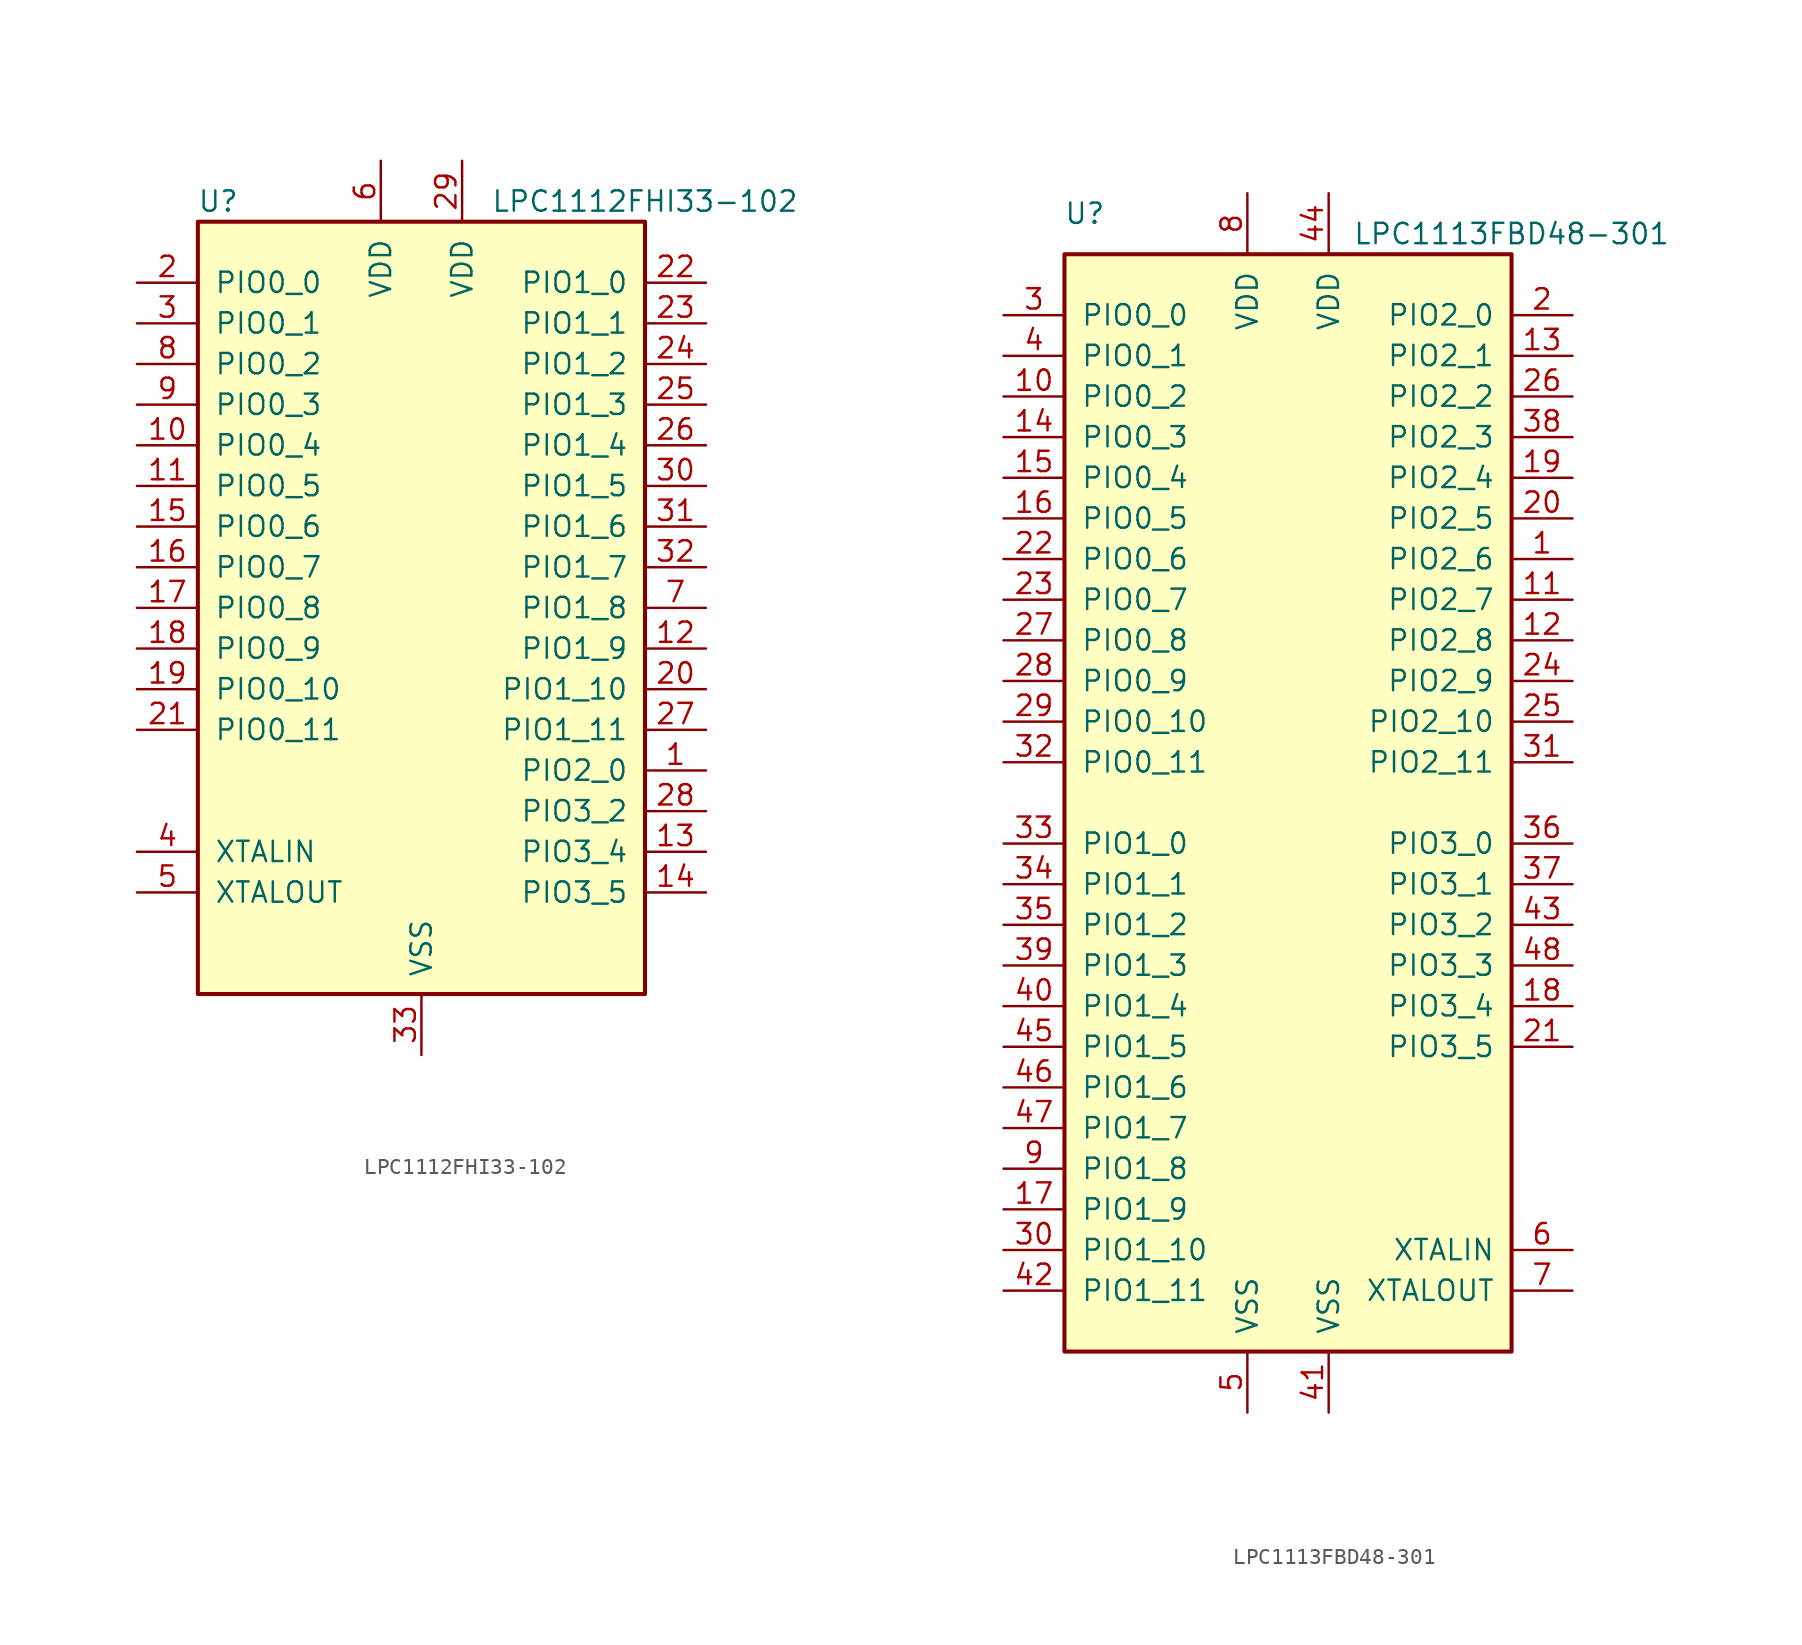
<source format=kicad_sym>
(kicad_symbol_lib
  (version 20241209)
  (generator "kicad_symbol_editor")
  (generator_version "9.0")
  (symbol "LPC1112FHI33-102"
    (pin_names
      (offset 1.016))
    (property "Reference" "U"
      (at -12.7 25.4 0)
      (effects (font (size 1.27 1.27))))
    (property "Value" "LPC1112FHI33-102"
      (at 13.97 25.4 0)
      (effects (font (size 1.27 1.27))))
    (symbol "LPC1112FHI33-102_0_1"
      (rectangle (start -13.97 24.13) (end 13.97 -24.13) (stroke (width 0.254) (type default)) (fill (type background))))
    (symbol "LPC1112FHI33-102_1_1"
      (pin bidirectional line (at -17.78 20.32 0) (length 3.81) (name "PIO0_0" (effects (font (size 1.27 1.27)))) (number "2" (effects (font (size 1.27 1.27)))))
      (pin bidirectional line (at -17.78 17.78 0) (length 3.81) (name "PIO0_1" (effects (font (size 1.27 1.27)))) (number "3" (effects (font (size 1.27 1.27)))))
      (pin bidirectional line (at -17.78 15.24 0) (length 3.81) (name "PIO0_2" (effects (font (size 1.27 1.27)))) (number "8" (effects (font (size 1.27 1.27)))))
      (pin bidirectional line (at -17.78 12.7 0) (length 3.81) (name "PIO0_3" (effects (font (size 1.27 1.27)))) (number "9" (effects (font (size 1.27 1.27)))))
      (pin bidirectional line (at -17.78 10.16 0) (length 3.81) (name "PIO0_4" (effects (font (size 1.27 1.27)))) (number "10" (effects (font (size 1.27 1.27)))))
      (pin bidirectional line (at -17.78 7.62 0) (length 3.81) (name "PIO0_5" (effects (font (size 1.27 1.27)))) (number "11" (effects (font (size 1.27 1.27)))))
      (pin bidirectional line (at -17.78 5.08 0) (length 3.81) (name "PIO0_6" (effects (font (size 1.27 1.27)))) (number "15" (effects (font (size 1.27 1.27)))))
      (pin bidirectional line (at -17.78 2.54 0) (length 3.81) (name "PIO0_7" (effects (font (size 1.27 1.27)))) (number "16" (effects (font (size 1.27 1.27)))))
      (pin bidirectional line (at -17.78 0 0) (length 3.81) (name "PIO0_8" (effects (font (size 1.27 1.27)))) (number "17" (effects (font (size 1.27 1.27)))))
      (pin bidirectional line (at -17.78 -2.54 0) (length 3.81) (name "PIO0_9" (effects (font (size 1.27 1.27)))) (number "18" (effects (font (size 1.27 1.27)))))
      (pin bidirectional line (at -17.78 -5.08 0) (length 3.81) (name "PIO0_10" (effects (font (size 1.27 1.27)))) (number "19" (effects (font (size 1.27 1.27)))))
      (pin bidirectional line (at -17.78 -7.62 0) (length 3.81) (name "PIO0_11" (effects (font (size 1.27 1.27)))) (number "21" (effects (font (size 1.27 1.27)))))
      (pin input line (at -17.78 -15.24 0) (length 3.81) (name "XTALIN" (effects (font (size 1.27 1.27)))) (number "4" (effects (font (size 1.27 1.27)))))
      (pin output line (at -17.78 -17.78 0) (length 3.81) (name "XTALOUT" (effects (font (size 1.27 1.27)))) (number "5" (effects (font (size 1.27 1.27)))))
      (pin power_in line (at -2.54 27.94 270) (length 3.81) (name "VDD" (effects (font (size 1.27 1.27)))) (number "6" (effects (font (size 1.27 1.27)))))
      (pin power_in line (at 0 -27.94 90) (length 3.81) (name "VSS" (effects (font (size 1.27 1.27)))) (number "33" (effects (font (size 1.27 1.27)))))
      (pin power_in line (at 2.54 27.94 270) (length 3.81) (name "VDD" (effects (font (size 1.27 1.27)))) (number "29" (effects (font (size 1.27 1.27)))))
      (pin bidirectional line (at 17.78 20.32 180) (length 3.81) (name "PIO1_0" (effects (font (size 1.27 1.27)))) (number "22" (effects (font (size 1.27 1.27)))))
      (pin bidirectional line (at 17.78 17.78 180) (length 3.81) (name "PIO1_1" (effects (font (size 1.27 1.27)))) (number "23" (effects (font (size 1.27 1.27)))))
      (pin bidirectional line (at 17.78 15.24 180) (length 3.81) (name "PIO1_2" (effects (font (size 1.27 1.27)))) (number "24" (effects (font (size 1.27 1.27)))))
      (pin bidirectional line (at 17.78 12.7 180) (length 3.81) (name "PIO1_3" (effects (font (size 1.27 1.27)))) (number "25" (effects (font (size 1.27 1.27)))))
      (pin bidirectional line (at 17.78 10.16 180) (length 3.81) (name "PIO1_4" (effects (font (size 1.27 1.27)))) (number "26" (effects (font (size 1.27 1.27)))))
      (pin bidirectional line (at 17.78 7.62 180) (length 3.81) (name "PIO1_5" (effects (font (size 1.27 1.27)))) (number "30" (effects (font (size 1.27 1.27)))))
      (pin bidirectional line (at 17.78 5.08 180) (length 3.81) (name "PIO1_6" (effects (font (size 1.27 1.27)))) (number "31" (effects (font (size 1.27 1.27)))))
      (pin bidirectional line (at 17.78 2.54 180) (length 3.81) (name "PIO1_7" (effects (font (size 1.27 1.27)))) (number "32" (effects (font (size 1.27 1.27)))))
      (pin bidirectional line (at 17.78 0 180) (length 3.81) (name "PIO1_8" (effects (font (size 1.27 1.27)))) (number "7" (effects (font (size 1.27 1.27)))))
      (pin bidirectional line (at 17.78 -2.54 180) (length 3.81) (name "PIO1_9" (effects (font (size 1.27 1.27)))) (number "12" (effects (font (size 1.27 1.27)))))
      (pin bidirectional line (at 17.78 -5.08 180) (length 3.81) (name "PIO1_10" (effects (font (size 1.27 1.27)))) (number "20" (effects (font (size 1.27 1.27)))))
      (pin bidirectional line (at 17.78 -7.62 180) (length 3.81) (name "PIO1_11" (effects (font (size 1.27 1.27)))) (number "27" (effects (font (size 1.27 1.27)))))
      (pin bidirectional line (at 17.78 -10.16 180) (length 3.81) (name "PIO2_0" (effects (font (size 1.27 1.27)))) (number "1" (effects (font (size 1.27 1.27)))))
      (pin bidirectional line (at 17.78 -12.7 180) (length 3.81) (name "PIO3_2" (effects (font (size 1.27 1.27)))) (number "28" (effects (font (size 1.27 1.27)))))
      (pin bidirectional line (at 17.78 -15.24 180) (length 3.81) (name "PIO3_4" (effects (font (size 1.27 1.27)))) (number "13" (effects (font (size 1.27 1.27)))))
      (pin bidirectional line (at 17.78 -17.78 180) (length 3.81) (name "PIO3_5" (effects (font (size 1.27 1.27)))) (number "14" (effects (font (size 1.27 1.27)))))))
  (symbol "LPC1113FBD48-301"
    (pin_names
      (offset 1.016))
    (property "Reference" "U"
      (at -12.7 36.83 0)
      (effects (font (size 1.27 1.27))))
    (property "Value" "LPC1113FBD48-301"
      (at 13.97 35.56 0)
      (effects (font (size 1.27 1.27))))
    (symbol "LPC1113FBD48-301_0_1"
      (rectangle (start -13.97 34.29) (end 13.97 -34.29) (stroke (width 0.254) (type default)) (fill (type background))))
    (symbol "LPC1113FBD48-301_1_1"
      (pin bidirectional line (at -17.78 30.48 0) (length 3.81) (name "PIO0_0" (effects (font (size 1.27 1.27)))) (number "3" (effects (font (size 1.27 1.27)))))
      (pin bidirectional line (at -17.78 27.94 0) (length 3.81) (name "PIO0_1" (effects (font (size 1.27 1.27)))) (number "4" (effects (font (size 1.27 1.27)))))
      (pin bidirectional line (at -17.78 25.4 0) (length 3.81) (name "PIO0_2" (effects (font (size 1.27 1.27)))) (number "10" (effects (font (size 1.27 1.27)))))
      (pin bidirectional line (at -17.78 22.86 0) (length 3.81) (name "PIO0_3" (effects (font (size 1.27 1.27)))) (number "14" (effects (font (size 1.27 1.27)))))
      (pin bidirectional line (at -17.78 20.32 0) (length 3.81) (name "PIO0_4" (effects (font (size 1.27 1.27)))) (number "15" (effects (font (size 1.27 1.27)))))
      (pin bidirectional line (at -17.78 17.78 0) (length 3.81) (name "PIO0_5" (effects (font (size 1.27 1.27)))) (number "16" (effects (font (size 1.27 1.27)))))
      (pin bidirectional line (at -17.78 15.24 0) (length 3.81) (name "PIO0_6" (effects (font (size 1.27 1.27)))) (number "22" (effects (font (size 1.27 1.27)))))
      (pin bidirectional line (at -17.78 12.7 0) (length 3.81) (name "PIO0_7" (effects (font (size 1.27 1.27)))) (number "23" (effects (font (size 1.27 1.27)))))
      (pin bidirectional line (at -17.78 10.16 0) (length 3.81) (name "PIO0_8" (effects (font (size 1.27 1.27)))) (number "27" (effects (font (size 1.27 1.27)))))
      (pin bidirectional line (at -17.78 7.62 0) (length 3.81) (name "PIO0_9" (effects (font (size 1.27 1.27)))) (number "28" (effects (font (size 1.27 1.27)))))
      (pin bidirectional line (at -17.78 5.08 0) (length 3.81) (name "PIO0_10" (effects (font (size 1.27 1.27)))) (number "29" (effects (font (size 1.27 1.27)))))
      (pin bidirectional line (at -17.78 2.54 0) (length 3.81) (name "PIO0_11" (effects (font (size 1.27 1.27)))) (number "32" (effects (font (size 1.27 1.27)))))
      (pin bidirectional line (at -17.78 -2.54 0) (length 3.81) (name "PIO1_0" (effects (font (size 1.27 1.27)))) (number "33" (effects (font (size 1.27 1.27)))))
      (pin bidirectional line (at -17.78 -5.08 0) (length 3.81) (name "PIO1_1" (effects (font (size 1.27 1.27)))) (number "34" (effects (font (size 1.27 1.27)))))
      (pin bidirectional line (at -17.78 -7.62 0) (length 3.81) (name "PIO1_2" (effects (font (size 1.27 1.27)))) (number "35" (effects (font (size 1.27 1.27)))))
      (pin bidirectional line (at -17.78 -10.16 0) (length 3.81) (name "PIO1_3" (effects (font (size 1.27 1.27)))) (number "39" (effects (font (size 1.27 1.27)))))
      (pin bidirectional line (at -17.78 -12.7 0) (length 3.81) (name "PIO1_4" (effects (font (size 1.27 1.27)))) (number "40" (effects (font (size 1.27 1.27)))))
      (pin bidirectional line (at -17.78 -15.24 0) (length 3.81) (name "PIO1_5" (effects (font (size 1.27 1.27)))) (number "45" (effects (font (size 1.27 1.27)))))
      (pin bidirectional line (at -17.78 -17.78 0) (length 3.81) (name "PIO1_6" (effects (font (size 1.27 1.27)))) (number "46" (effects (font (size 1.27 1.27)))))
      (pin bidirectional line (at -17.78 -20.32 0) (length 3.81) (name "PIO1_7" (effects (font (size 1.27 1.27)))) (number "47" (effects (font (size 1.27 1.27)))))
      (pin bidirectional line (at -17.78 -22.86 0) (length 3.81) (name "PIO1_8" (effects (font (size 1.27 1.27)))) (number "9" (effects (font (size 1.27 1.27)))))
      (pin bidirectional line (at -17.78 -25.4 0) (length 3.81) (name "PIO1_9" (effects (font (size 1.27 1.27)))) (number "17" (effects (font (size 1.27 1.27)))))
      (pin bidirectional line (at -17.78 -27.94 0) (length 3.81) (name "PIO1_10" (effects (font (size 1.27 1.27)))) (number "30" (effects (font (size 1.27 1.27)))))
      (pin bidirectional line (at -17.78 -30.48 0) (length 3.81) (name "PIO1_11" (effects (font (size 1.27 1.27)))) (number "42" (effects (font (size 1.27 1.27)))))
      (pin power_in line (at -2.54 38.1 270) (length 3.81) (name "VDD" (effects (font (size 1.27 1.27)))) (number "8" (effects (font (size 1.27 1.27)))))
      (pin power_in line (at -2.54 -38.1 90) (length 3.81) (name "VSS" (effects (font (size 1.27 1.27)))) (number "5" (effects (font (size 1.27 1.27)))))
      (pin power_in line (at 2.54 38.1 270) (length 3.81) (name "VDD" (effects (font (size 1.27 1.27)))) (number "44" (effects (font (size 1.27 1.27)))))
      (pin power_in line (at 2.54 -38.1 90) (length 3.81) (name "VSS" (effects (font (size 1.27 1.27)))) (number "41" (effects (font (size 1.27 1.27)))))
      (pin bidirectional line (at 17.78 30.48 180) (length 3.81) (name "PIO2_0" (effects (font (size 1.27 1.27)))) (number "2" (effects (font (size 1.27 1.27)))))
      (pin bidirectional line (at 17.78 27.94 180) (length 3.81) (name "PIO2_1" (effects (font (size 1.27 1.27)))) (number "13" (effects (font (size 1.27 1.27)))))
      (pin bidirectional line (at 17.78 25.4 180) (length 3.81) (name "PIO2_2" (effects (font (size 1.27 1.27)))) (number "26" (effects (font (size 1.27 1.27)))))
      (pin bidirectional line (at 17.78 22.86 180) (length 3.81) (name "PIO2_3" (effects (font (size 1.27 1.27)))) (number "38" (effects (font (size 1.27 1.27)))))
      (pin bidirectional line (at 17.78 20.32 180) (length 3.81) (name "PIO2_4" (effects (font (size 1.27 1.27)))) (number "19" (effects (font (size 1.27 1.27)))))
      (pin bidirectional line (at 17.78 17.78 180) (length 3.81) (name "PIO2_5" (effects (font (size 1.27 1.27)))) (number "20" (effects (font (size 1.27 1.27)))))
      (pin bidirectional line (at 17.78 15.24 180) (length 3.81) (name "PIO2_6" (effects (font (size 1.27 1.27)))) (number "1" (effects (font (size 1.27 1.27)))))
      (pin bidirectional line (at 17.78 12.7 180) (length 3.81) (name "PIO2_7" (effects (font (size 1.27 1.27)))) (number "11" (effects (font (size 1.27 1.27)))))
      (pin bidirectional line (at 17.78 10.16 180) (length 3.81) (name "PIO2_8" (effects (font (size 1.27 1.27)))) (number "12" (effects (font (size 1.27 1.27)))))
      (pin bidirectional line (at 17.78 7.62 180) (length 3.81) (name "PIO2_9" (effects (font (size 1.27 1.27)))) (number "24" (effects (font (size 1.27 1.27)))))
      (pin bidirectional line (at 17.78 5.08 180) (length 3.81) (name "PIO2_10" (effects (font (size 1.27 1.27)))) (number "25" (effects (font (size 1.27 1.27)))))
      (pin bidirectional line (at 17.78 2.54 180) (length 3.81) (name "PIO2_11" (effects (font (size 1.27 1.27)))) (number "31" (effects (font (size 1.27 1.27)))))
      (pin bidirectional line (at 17.78 -2.54 180) (length 3.81) (name "PIO3_0" (effects (font (size 1.27 1.27)))) (number "36" (effects (font (size 1.27 1.27)))))
      (pin bidirectional line (at 17.78 -5.08 180) (length 3.81) (name "PIO3_1" (effects (font (size 1.27 1.27)))) (number "37" (effects (font (size 1.27 1.27)))))
      (pin bidirectional line (at 17.78 -7.62 180) (length 3.81) (name "PIO3_2" (effects (font (size 1.27 1.27)))) (number "43" (effects (font (size 1.27 1.27)))))
      (pin bidirectional line (at 17.78 -10.16 180) (length 3.81) (name "PIO3_3" (effects (font (size 1.27 1.27)))) (number "48" (effects (font (size 1.27 1.27)))))
      (pin bidirectional line (at 17.78 -12.7 180) (length 3.81) (name "PIO3_4" (effects (font (size 1.27 1.27)))) (number "18" (effects (font (size 1.27 1.27)))))
      (pin bidirectional line (at 17.78 -15.24 180) (length 3.81) (name "PIO3_5" (effects (font (size 1.27 1.27)))) (number "21" (effects (font (size 1.27 1.27)))))
      (pin input line (at 17.78 -27.94 180) (length 3.81) (name "XTALIN" (effects (font (size 1.27 1.27)))) (number "6" (effects (font (size 1.27 1.27)))))
      (pin output line (at 17.78 -30.48 180) (length 3.81) (name "XTALOUT" (effects (font (size 1.27 1.27)))) (number "7" (effects (font (size 1.27 1.27))))))))
</source>
